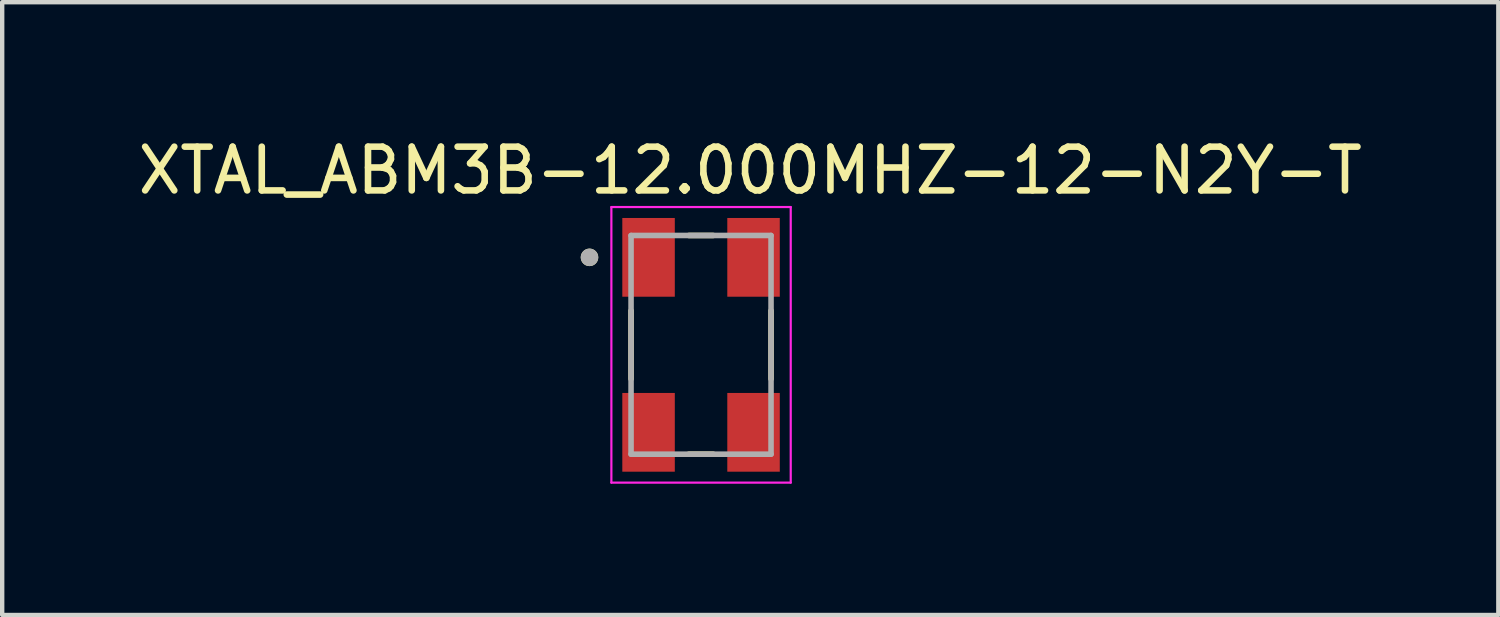
<source format=kicad_pcb>
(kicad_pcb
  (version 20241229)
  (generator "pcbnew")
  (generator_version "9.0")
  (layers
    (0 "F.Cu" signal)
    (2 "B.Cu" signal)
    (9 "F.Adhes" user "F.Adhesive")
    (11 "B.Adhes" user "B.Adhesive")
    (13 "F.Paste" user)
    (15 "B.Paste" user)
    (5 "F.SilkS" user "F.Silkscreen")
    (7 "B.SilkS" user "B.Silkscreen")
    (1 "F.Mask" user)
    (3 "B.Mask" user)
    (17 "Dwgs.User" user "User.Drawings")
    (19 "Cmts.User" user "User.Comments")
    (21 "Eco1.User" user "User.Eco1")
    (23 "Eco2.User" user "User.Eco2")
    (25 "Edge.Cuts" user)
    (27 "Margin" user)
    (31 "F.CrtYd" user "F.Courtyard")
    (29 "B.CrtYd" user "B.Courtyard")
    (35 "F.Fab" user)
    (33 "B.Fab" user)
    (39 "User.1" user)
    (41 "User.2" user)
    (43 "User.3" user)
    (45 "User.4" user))
  (footprint "XTAL_ABM3B-12.000MHZ-12-N2Y-T"
    (layer "F.Cu")
    (at 12.976 4.833)
    (property "Reference" "XTAL_ABM3B-12.000MHZ-12-N2Y-T" (at 1.125 -3.985 0) (layer "F.SilkS") (effects (font (size 1 1) (thickness 0.15))))
    (attr smd)
    (fp_line (start -1.6 -0.78) (end -1.6 0.78) (stroke (width 0.127) (type solid)) (layer "F.SilkS"))
    (fp_line (start -0.28 -2.5) (end 0.28 -2.5) (stroke (width 0.127) (type solid)) (layer "F.SilkS"))
    (fp_line (start -0.28 2.5) (end 0.28 2.5) (stroke (width 0.127) (type solid)) (layer "F.SilkS"))
    (fp_line (start 1.6 -0.78) (end 1.6 0.78) (stroke (width 0.127) (type solid)) (layer "F.SilkS"))
    (fp_circle (center -2.55 -2) (end -2.45 -2) (stroke (width 0.2) (type solid)) (fill no) (layer "F.SilkS"))
    (fp_line (start -2.05 -3.15) (end -2.05 3.15) (stroke (width 0.05) (type solid)) (layer "F.CrtYd"))
    (fp_line (start -2.05 -3.15) (end 2.05 -3.15) (stroke (width 0.05) (type solid)) (layer "F.CrtYd"))
    (fp_line (start 2.05 -3.15) (end 2.05 3.15) (stroke (width 0.05) (type solid)) (layer "F.CrtYd"))
    (fp_line (start 2.05 3.15) (end -2.05 3.15) (stroke (width 0.05) (type solid)) (layer "F.CrtYd"))
    (fp_line (start -1.6 -2.5) (end -1.6 2.5) (stroke (width 0.127) (type solid)) (layer "F.Fab"))
    (fp_line (start -1.6 -2.5) (end 1.6 -2.5) (stroke (width 0.127) (type solid)) (layer "F.Fab"))
    (fp_line (start 1.6 -2.5) (end 1.6 2.5) (stroke (width 0.127) (type solid)) (layer "F.Fab"))
    (fp_line (start 1.6 2.5) (end -1.6 2.5) (stroke (width 0.127) (type solid)) (layer "F.Fab"))
    (fp_circle (center -2.55 -2) (end -2.45 -2) (stroke (width 0.2) (type solid)) (fill no) (layer "F.Fab"))
    (pad "1" smd rect (at -1.2 -2) (size 1.2 1.8) (layers "F.Cu" "F.Mask" "F.Paste"))
    (pad "2" smd rect (at -1.2 2) (size 1.2 1.8) (layers "F.Cu" "F.Mask" "F.Paste"))
    (pad "3" smd rect (at 1.2 2) (size 1.2 1.8) (layers "F.Cu" "F.Mask" "F.Paste"))
    (pad "4" smd rect (at 1.2 -2) (size 1.2 1.8) (layers "F.Cu" "F.Mask" "F.Paste")))
  (gr_rect
    (start -3 -3)
    (end 31.202 11.008)
    (stroke (width 0.1) (type default))
    (fill no)
    (layer "Edge.Cuts")))
</source>
